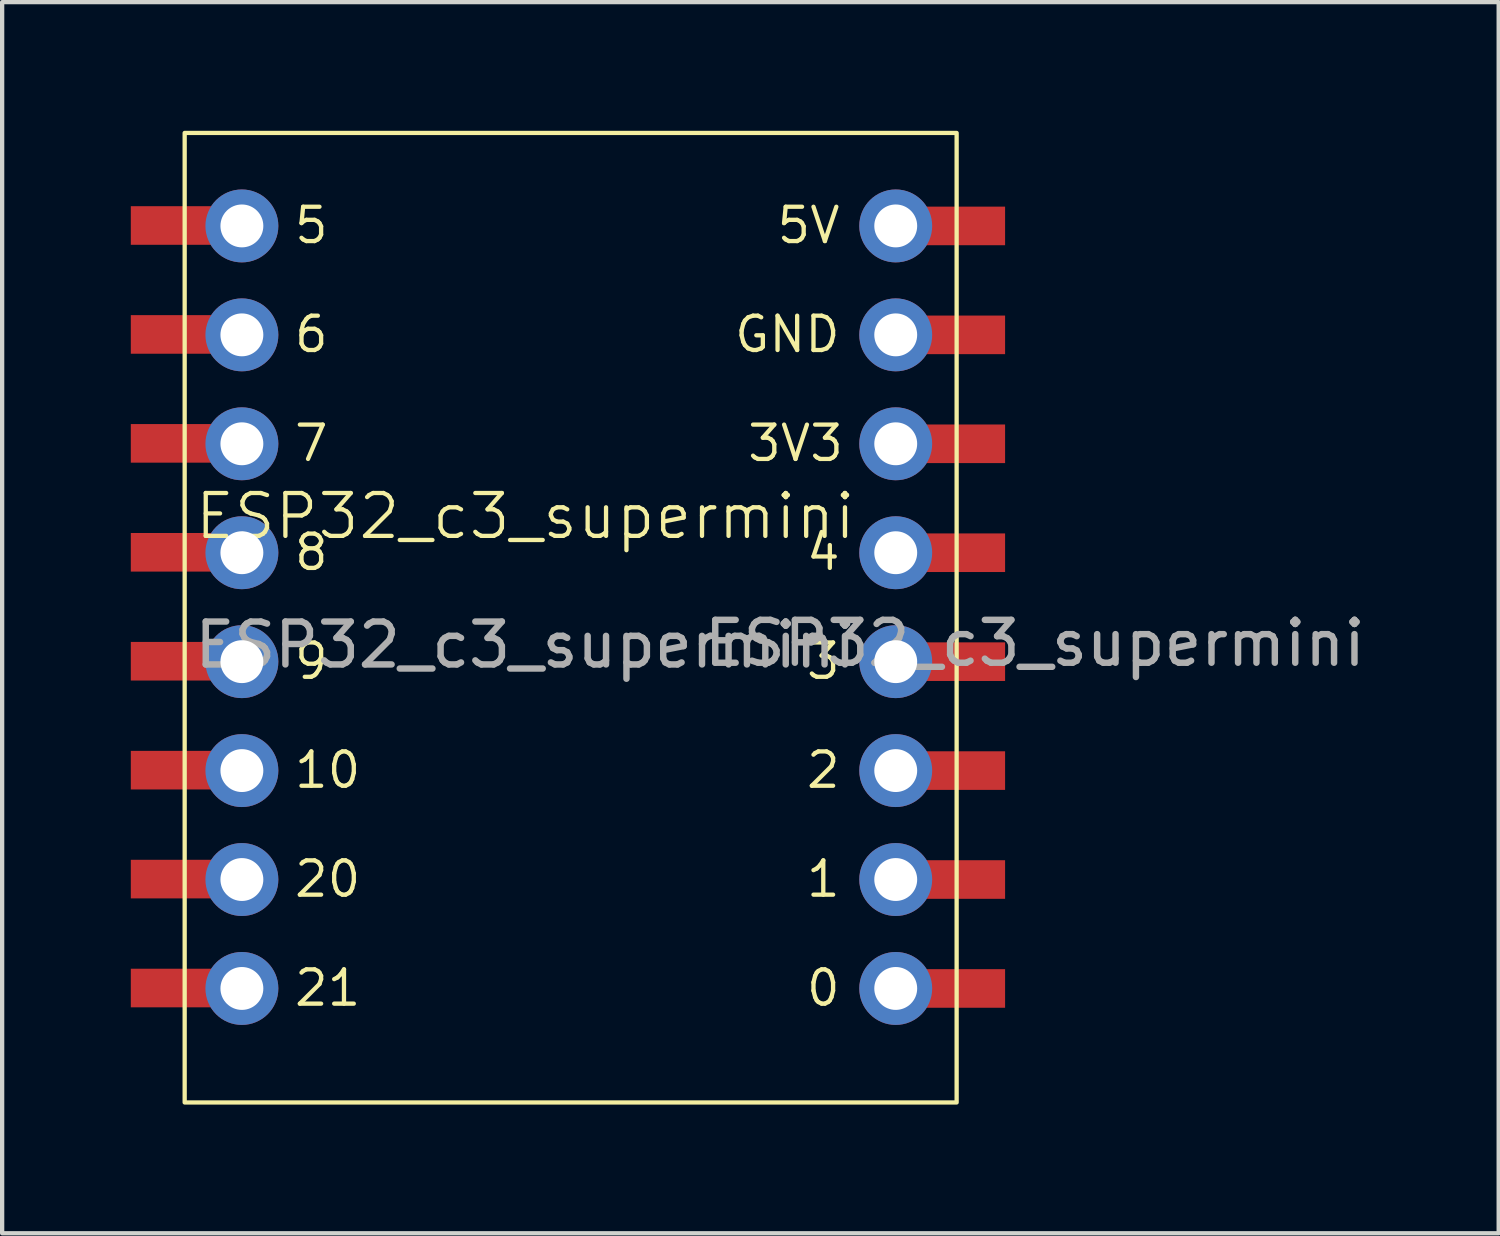
<source format=kicad_pcb>
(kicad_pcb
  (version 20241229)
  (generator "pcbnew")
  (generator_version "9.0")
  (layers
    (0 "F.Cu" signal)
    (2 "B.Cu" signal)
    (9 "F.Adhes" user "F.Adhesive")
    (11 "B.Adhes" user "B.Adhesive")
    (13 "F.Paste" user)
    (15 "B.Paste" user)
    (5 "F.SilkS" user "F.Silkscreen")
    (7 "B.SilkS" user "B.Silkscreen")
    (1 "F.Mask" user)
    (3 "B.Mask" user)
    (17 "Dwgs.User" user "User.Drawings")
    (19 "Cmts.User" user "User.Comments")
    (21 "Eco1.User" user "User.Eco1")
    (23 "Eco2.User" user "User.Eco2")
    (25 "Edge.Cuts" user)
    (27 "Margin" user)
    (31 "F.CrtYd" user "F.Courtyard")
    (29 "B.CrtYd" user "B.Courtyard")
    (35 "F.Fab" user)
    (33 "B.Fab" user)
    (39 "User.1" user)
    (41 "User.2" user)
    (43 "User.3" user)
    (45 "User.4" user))
  (footprint "ESP32_c3_supermini"
    (layer "F.Cu")
    (at 11.89 9.448)
    (property "Reference" "ESP32_c3_supermini" (at -2.69 -0.46 0) (unlocked yes) (layer "F.SilkS") (effects (font (size 1 1) (thickness 0.1))))
    (attr through_hole)
    (fp_line (start -10.89 -7.24) (end -9.01 -7.24) (stroke (width 0.2) (type default)) (layer "F.Cu"))
    (fp_line (start -9.01 -7.24) (end -10.89 -7.24) (stroke (width 0.2) (type default)) (layer "F.Cu"))
    (fp_rect (start -10.634 -9.398) (end 7.366 13.208) (stroke (width 0.1) (type default)) (fill no) (layer "F.SilkS"))
    (fp_text user "20" (at -8.128 8.466 0) (unlocked yes) (layer "F.SilkS") (effects (font (size 0.8 0.8) (thickness 0.1)) (justify left bottom)))
    (fp_text user "4" (at 3.81 0.847 0) (unlocked yes) (layer "F.SilkS") (effects (font (size 0.8 0.8) (thickness 0.1)) (justify left bottom)))
    (fp_text user "21" (at -8.128 11.007 0) (unlocked yes) (layer "F.SilkS") (effects (font (size 0.8 0.8) (thickness 0.1)) (justify left bottom)))
    (fp_text user "6" (at -8.128 -4.234 0) (unlocked yes) (layer "F.SilkS") (effects (font (size 0.8 0.8) (thickness 0.1)) (justify left bottom)))
    (fp_text user "8" (at -8.128 0.847 0) (unlocked yes) (layer "F.SilkS") (effects (font (size 0.8 0.8) (thickness 0.1)) (justify left bottom)))
    (fp_text user "GND" (at 2.134 -4.234 0) (unlocked yes) (layer "F.SilkS") (effects (font (size 0.8 0.8) (thickness 0.1)) (justify left bottom)))
    (fp_text user "2" (at 3.81 5.926 0) (unlocked yes) (layer "F.SilkS") (effects (font (size 0.8 0.8) (thickness 0.1)) (justify left bottom)))
    (fp_text user "10" (at -8.128 5.926 0) (unlocked yes) (layer "F.SilkS") (effects (font (size 0.8 0.8) (thickness 0.1)) (justify left bottom)))
    (fp_text user "5" (at -8.128 -6.774 0) (unlocked yes) (layer "F.SilkS") (effects (font (size 0.8 0.8) (thickness 0.1)) (justify left bottom)))
    (fp_text user "9" (at -8.128 3.386 0) (unlocked yes) (layer "F.SilkS") (effects (font (size 0.8 0.8) (thickness 0.1)) (justify left bottom)))
    (fp_text user "7" (at -8.128 -1.694 0) (unlocked yes) (layer "F.SilkS") (effects (font (size 0.8 0.8) (thickness 0.1)) (justify left bottom)))
    (fp_text user "5V" (at 3.124 -6.774 0) (unlocked yes) (layer "F.SilkS") (effects (font (size 0.8 0.8) (thickness 0.1)) (justify left bottom)))
    (fp_text user "1" (at 3.81 8.466 0) (unlocked yes) (layer "F.SilkS") (effects (font (size 0.8 0.8) (thickness 0.1)) (justify left bottom)))
    (fp_text user "0" (at 3.81 11.007 0) (unlocked yes) (layer "F.SilkS") (effects (font (size 0.8 0.8) (thickness 0.1)) (justify left bottom)))
    (fp_text user "3V3" (at 2.439 -1.694 0) (unlocked yes) (layer "F.SilkS") (effects (font (size 0.8 0.8) (thickness 0.1)) (justify left bottom)))
    (fp_text user "3" (at 3.81 3.386 0) (unlocked yes) (layer "F.SilkS") (effects (font (size 0.8 0.8) (thickness 0.1)) (justify left bottom)))
    (fp_text user "${REFERENCE}" (at 9.19 2.5 0) (unlocked yes) (layer "F.Fab") (effects (font (size 1 1) (thickness 0.15))))
    (fp_text user "${REFERENCE}" (at -2.69 2.54 0) (unlocked yes) (layer "F.Fab") (effects (font (size 1 1) (thickness 0.15))))
    (pad "1" smd rect (at -10.89 -7.24) (size 2 0.9) (layers "F.Cu" "F.Mask" "F.Paste"))
    (pad "1" thru_hole circle (at -9.3 -7.23) (size 1.7 1.7) (drill 1) (layers "*.Cu" "*.Mask"))
    (pad "2" smd rect (at -10.89 -4.7) (size 2 0.9) (layers "F.Cu" "F.Mask" "F.Paste"))
    (pad "2" thru_hole circle (at -9.3 -4.69) (size 1.7 1.7) (drill 1) (layers "*.Cu" "*.Mask"))
    (pad "3" smd rect (at -10.89 -2.16) (size 2 0.9) (layers "F.Cu" "F.Mask" "F.Paste"))
    (pad "3" thru_hole circle (at -9.3 -2.15) (size 1.7 1.7) (drill 1) (layers "*.Cu" "*.Mask"))
    (pad "4" smd rect (at -10.89 0.38) (size 2 0.9) (layers "F.Cu" "F.Mask" "F.Paste"))
    (pad "4" thru_hole circle (at -9.3 0.39) (size 1.7 1.7) (drill 1) (layers "*.Cu" "*.Mask"))
    (pad "5" smd rect (at -10.89 2.92) (size 2 0.9) (layers "F.Cu" "F.Mask" "F.Paste"))
    (pad "5" thru_hole circle (at -9.3 2.93) (size 1.7 1.7) (drill 1) (layers "*.Cu" "*.Mask"))
    (pad "6" smd rect (at -10.89 5.46) (size 2 0.9) (layers "F.Cu" "F.Mask" "F.Paste"))
    (pad "6" thru_hole circle (at -9.3 5.47) (size 1.7 1.7) (drill 1) (layers "*.Cu" "*.Mask"))
    (pad "7" smd rect (at -10.89 8) (size 2 0.9) (layers "F.Cu" "F.Mask" "F.Paste"))
    (pad "7" thru_hole circle (at -9.3 8.01) (size 1.7 1.7) (drill 1) (layers "*.Cu" "*.Mask"))
    (pad "8" smd rect (at -10.89 10.54) (size 2 0.9) (layers "F.Cu" "F.Mask" "F.Paste"))
    (pad "8" thru_hole circle (at -9.3 10.55) (size 1.7 1.7) (drill 1) (layers "*.Cu" "*.Mask"))
    (pad "9" thru_hole circle (at 5.946 -7.23) (size 1.7 1.7) (drill 1) (layers "*.Cu" "*.Mask"))
    (pad "9" smd rect (at 7.496 -7.23) (size 2 0.9) (layers "F.Cu" "F.Mask" "F.Paste"))
    (pad "10" thru_hole circle (at 5.946 -4.69) (size 1.7 1.7) (drill 1) (layers "*.Cu" "*.Mask"))
    (pad "10" smd rect (at 7.496 -4.69) (size 2 0.9) (layers "F.Cu" "F.Mask" "F.Paste"))
    (pad "11" thru_hole circle (at 5.946 -2.15) (size 1.7 1.7) (drill 1) (layers "*.Cu" "*.Mask"))
    (pad "11" smd rect (at 7.496 -2.15) (size 2 0.9) (layers "F.Cu" "F.Mask" "F.Paste"))
    (pad "12" thru_hole circle (at 5.946 0.39) (size 1.7 1.7) (drill 1) (layers "*.Cu" "*.Mask"))
    (pad "12" smd rect (at 7.496 0.39) (size 2 0.9) (layers "F.Cu" "F.Mask" "F.Paste"))
    (pad "13" thru_hole circle (at 5.946 2.93) (size 1.7 1.7) (drill 1) (layers "*.Cu" "*.Mask"))
    (pad "13" smd rect (at 7.496 2.93) (size 2 0.9) (layers "F.Cu" "F.Mask" "F.Paste"))
    (pad "14" thru_hole circle (at 5.946 5.47) (size 1.7 1.7) (drill 1) (layers "*.Cu" "*.Mask"))
    (pad "14" smd rect (at 7.496 5.47) (size 2 0.9) (layers "F.Cu" "F.Mask" "F.Paste"))
    (pad "15" thru_hole circle (at 5.946 8.01) (size 1.7 1.7) (drill 1) (layers "*.Cu" "*.Mask"))
    (pad "15" smd rect (at 7.496 8.01) (size 2 0.9) (layers "F.Cu" "F.Mask" "F.Paste"))
    (pad "16" thru_hole circle (at 5.946 10.55) (size 1.7 1.7) (drill 1) (layers "*.Cu" "*.Mask"))
    (pad "16" smd rect (at 7.496 10.55) (size 2 0.9) (layers "F.Cu" "F.Mask" "F.Paste")))
  (gr_rect
    (start -3 -3)
    (end 31.895 25.706)
    (stroke (width 0.1) (type default))
    (fill no)
    (layer "Edge.Cuts")))
</source>
